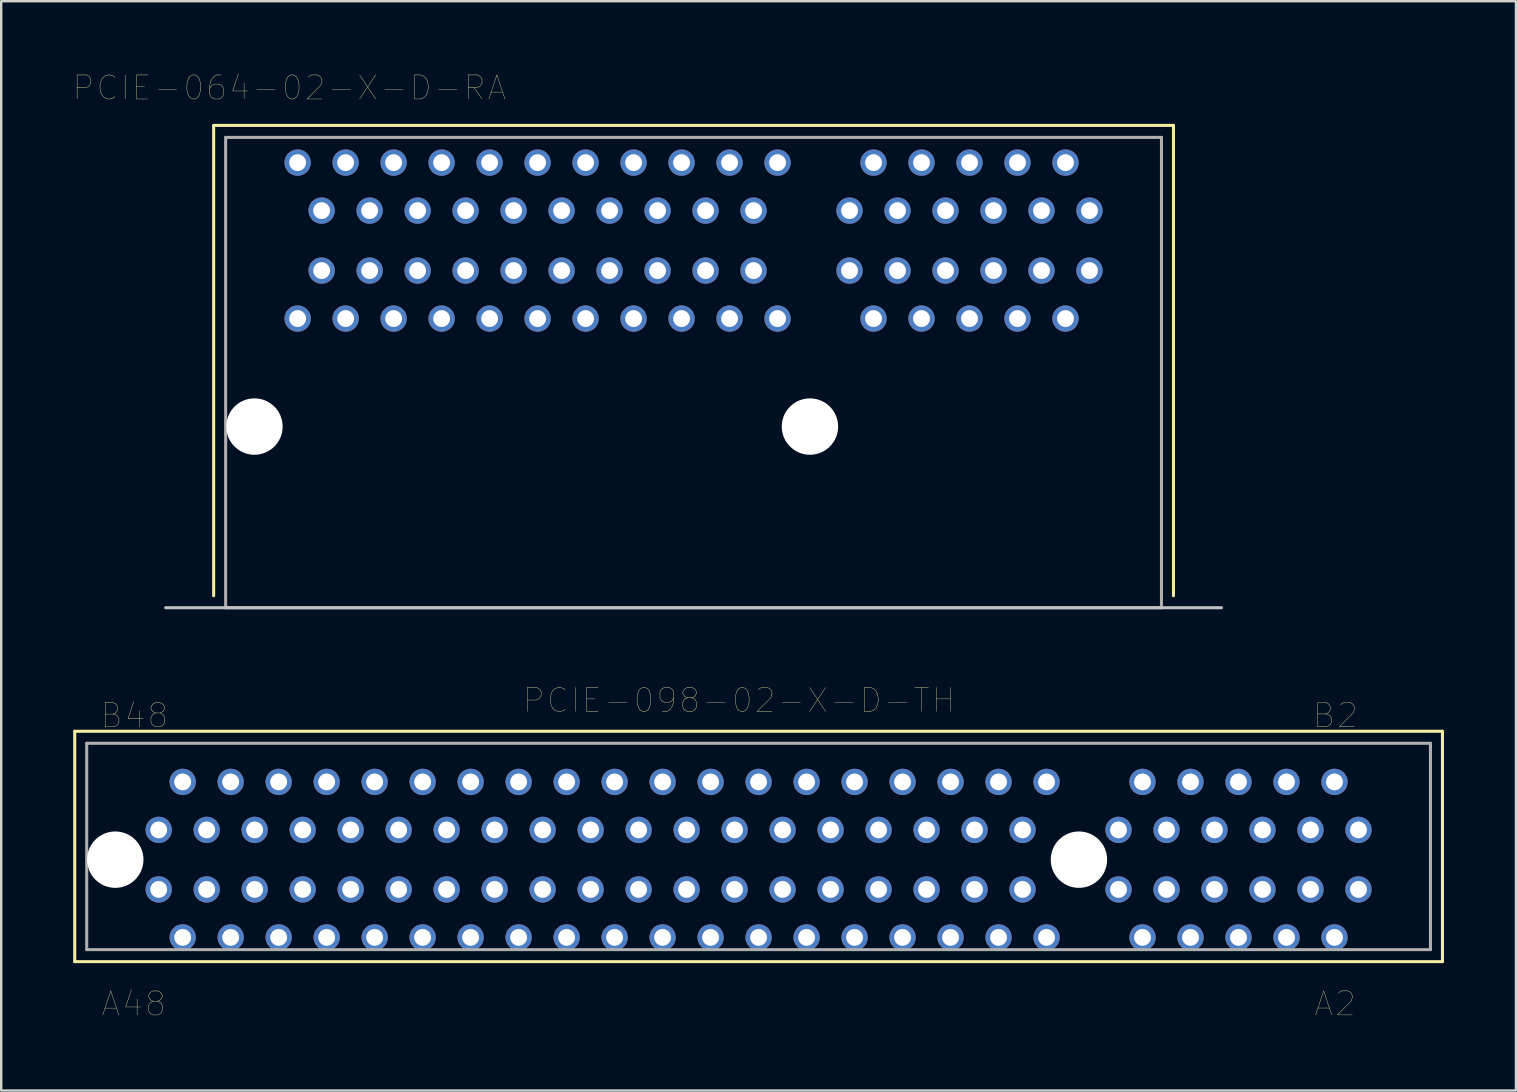
<source format=kicad_pcb>
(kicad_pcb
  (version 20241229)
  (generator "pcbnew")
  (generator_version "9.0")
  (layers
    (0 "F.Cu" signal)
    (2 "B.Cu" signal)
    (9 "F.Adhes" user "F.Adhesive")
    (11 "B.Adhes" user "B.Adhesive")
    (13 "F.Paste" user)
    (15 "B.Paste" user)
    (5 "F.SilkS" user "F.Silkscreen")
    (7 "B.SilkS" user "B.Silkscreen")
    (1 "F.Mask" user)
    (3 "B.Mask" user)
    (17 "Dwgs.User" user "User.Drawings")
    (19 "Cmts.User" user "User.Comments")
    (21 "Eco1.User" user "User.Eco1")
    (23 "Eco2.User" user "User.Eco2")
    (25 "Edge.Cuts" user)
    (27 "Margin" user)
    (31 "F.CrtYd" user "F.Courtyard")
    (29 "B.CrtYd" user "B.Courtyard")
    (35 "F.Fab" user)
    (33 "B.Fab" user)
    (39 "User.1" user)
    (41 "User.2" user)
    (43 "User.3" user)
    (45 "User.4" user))
  (footprint "PCIE-064-02-X-D-RA"
    (layer "F.Cu")
    (at 25.854 22.277)
    (property "Reference" "PCIE-064-02-X-D-RA" (at -16.848 -21.665 0) (layer "F.SilkS") (effects (font (size 1.001 1.001) (thickness 0.015))))
    (attr through_hole)
    (fp_line (start -20 -20.1) (end 20 -20.1) (stroke (width 0.127) (type solid)) (layer "F.SilkS"))
    (fp_line (start -20 -0.5) (end -20 -20.1) (stroke (width 0.127) (type solid)) (layer "F.SilkS"))
    (fp_line (start 20 -20.1) (end 20 -0.5) (stroke (width 0.127) (type solid)) (layer "F.SilkS"))
    (fp_line (start -22 0) (end 22 0) (stroke (width 0.127) (type solid)) (layer "Dwgs.User"))
    (fp_line (start -19.5 -19.6) (end 19.5 -19.6) (stroke (width 0.127) (type solid)) (layer "F.Fab"))
    (fp_line (start -19.5 0) (end -19.5 -19.6) (stroke (width 0.127) (type solid)) (layer "F.Fab"))
    (fp_line (start 19.5 -19.6) (end 19.5 0) (stroke (width 0.127) (type solid)) (layer "F.Fab"))
    (fp_line (start 19.5 0) (end -19.5 0) (stroke (width 0.127) (type solid)) (layer "F.Fab"))
    (pad "" np_thru_hole circle (at -18.3 -7.55) (size 2.35 2.35) (drill 2.35) (layers "*.Cu" "*.Mask"))
    (pad "" np_thru_hole circle (at 4.85 -7.55) (size 2.35 2.35) (drill 2.35) (layers "*.Cu" "*.Mask"))
    (pad "A01" thru_hole circle (at 16.5 -14.05) (size 1.1 1.1) (drill 0.7) (layers "*.Cu" "*.Mask"))
    (pad "A02" thru_hole circle (at 15.5 -12.05) (size 1.1 1.1) (drill 0.7) (layers "*.Cu" "*.Mask"))
    (pad "A03" thru_hole circle (at 14.5 -14.05) (size 1.1 1.1) (drill 0.7) (layers "*.Cu" "*.Mask"))
    (pad "A04" thru_hole circle (at 13.5 -12.05) (size 1.1 1.1) (drill 0.7) (layers "*.Cu" "*.Mask"))
    (pad "A05" thru_hole circle (at 12.5 -14.05) (size 1.1 1.1) (drill 0.7) (layers "*.Cu" "*.Mask"))
    (pad "A06" thru_hole circle (at 11.5 -12.05) (size 1.1 1.1) (drill 0.7) (layers "*.Cu" "*.Mask"))
    (pad "A07" thru_hole circle (at 10.5 -14.05) (size 1.1 1.1) (drill 0.7) (layers "*.Cu" "*.Mask"))
    (pad "A08" thru_hole circle (at 9.5 -12.05) (size 1.1 1.1) (drill 0.7) (layers "*.Cu" "*.Mask"))
    (pad "A09" thru_hole circle (at 8.5 -14.05) (size 1.1 1.1) (drill 0.7) (layers "*.Cu" "*.Mask"))
    (pad "A10" thru_hole circle (at 7.5 -12.05) (size 1.1 1.1) (drill 0.7) (layers "*.Cu" "*.Mask"))
    (pad "A11" thru_hole circle (at 6.5 -14.05) (size 1.1 1.1) (drill 0.7) (layers "*.Cu" "*.Mask"))
    (pad "A12" thru_hole circle (at 3.5 -12.05) (size 1.1 1.1) (drill 0.7) (layers "*.Cu" "*.Mask"))
    (pad "A13" thru_hole circle (at 2.5 -14.05) (size 1.1 1.1) (drill 0.7) (layers "*.Cu" "*.Mask"))
    (pad "A14" thru_hole circle (at 1.5 -12.05) (size 1.1 1.1) (drill 0.7) (layers "*.Cu" "*.Mask"))
    (pad "A15" thru_hole circle (at 0.5 -14.05) (size 1.1 1.1) (drill 0.7) (layers "*.Cu" "*.Mask"))
    (pad "A16" thru_hole circle (at -0.5 -12.05) (size 1.1 1.1) (drill 0.7) (layers "*.Cu" "*.Mask"))
    (pad "A17" thru_hole circle (at -1.5 -14.05) (size 1.1 1.1) (drill 0.7) (layers "*.Cu" "*.Mask"))
    (pad "A18" thru_hole circle (at -2.5 -12.05) (size 1.1 1.1) (drill 0.7) (layers "*.Cu" "*.Mask"))
    (pad "A19" thru_hole circle (at -3.5 -14.05) (size 1.1 1.1) (drill 0.7) (layers "*.Cu" "*.Mask"))
    (pad "A20" thru_hole circle (at -4.5 -12.05) (size 1.1 1.1) (drill 0.7) (layers "*.Cu" "*.Mask"))
    (pad "A21" thru_hole circle (at -5.5 -14.05) (size 1.1 1.1) (drill 0.7) (layers "*.Cu" "*.Mask"))
    (pad "A22" thru_hole circle (at -6.5 -12.05) (size 1.1 1.1) (drill 0.7) (layers "*.Cu" "*.Mask"))
    (pad "A23" thru_hole circle (at -7.5 -14.05) (size 1.1 1.1) (drill 0.7) (layers "*.Cu" "*.Mask"))
    (pad "A24" thru_hole circle (at -8.5 -12.05) (size 1.1 1.1) (drill 0.7) (layers "*.Cu" "*.Mask"))
    (pad "A25" thru_hole circle (at -9.5 -14.05) (size 1.1 1.1) (drill 0.7) (layers "*.Cu" "*.Mask"))
    (pad "A26" thru_hole circle (at -10.5 -12.05) (size 1.1 1.1) (drill 0.7) (layers "*.Cu" "*.Mask"))
    (pad "A27" thru_hole circle (at -11.5 -14.05) (size 1.1 1.1) (drill 0.7) (layers "*.Cu" "*.Mask"))
    (pad "A28" thru_hole circle (at -12.5 -12.05) (size 1.1 1.1) (drill 0.7) (layers "*.Cu" "*.Mask"))
    (pad "A29" thru_hole circle (at -13.5 -14.05) (size 1.1 1.1) (drill 0.7) (layers "*.Cu" "*.Mask"))
    (pad "A30" thru_hole circle (at -14.5 -12.05) (size 1.1 1.1) (drill 0.7) (layers "*.Cu" "*.Mask"))
    (pad "A31" thru_hole circle (at -15.5 -14.05) (size 1.1 1.1) (drill 0.7) (layers "*.Cu" "*.Mask"))
    (pad "A32" thru_hole circle (at -16.5 -12.05) (size 1.1 1.1) (drill 0.7) (layers "*.Cu" "*.Mask"))
    (pad "B01" thru_hole circle (at 16.5 -16.55) (size 1.1 1.1) (drill 0.7) (layers "*.Cu" "*.Mask"))
    (pad "B02" thru_hole circle (at 15.5 -18.55) (size 1.1 1.1) (drill 0.7) (layers "*.Cu" "*.Mask"))
    (pad "B03" thru_hole circle (at 14.5 -16.55) (size 1.1 1.1) (drill 0.7) (layers "*.Cu" "*.Mask"))
    (pad "B04" thru_hole circle (at 13.5 -18.55) (size 1.1 1.1) (drill 0.7) (layers "*.Cu" "*.Mask"))
    (pad "B05" thru_hole circle (at 12.5 -16.55) (size 1.1 1.1) (drill 0.7) (layers "*.Cu" "*.Mask"))
    (pad "B06" thru_hole circle (at 11.5 -18.55) (size 1.1 1.1) (drill 0.7) (layers "*.Cu" "*.Mask"))
    (pad "B07" thru_hole circle (at 10.5 -16.55) (size 1.1 1.1) (drill 0.7) (layers "*.Cu" "*.Mask"))
    (pad "B08" thru_hole circle (at 9.5 -18.55) (size 1.1 1.1) (drill 0.7) (layers "*.Cu" "*.Mask"))
    (pad "B09" thru_hole circle (at 8.5 -16.55) (size 1.1 1.1) (drill 0.7) (layers "*.Cu" "*.Mask"))
    (pad "B10" thru_hole circle (at 7.5 -18.55) (size 1.1 1.1) (drill 0.7) (layers "*.Cu" "*.Mask"))
    (pad "B11" thru_hole circle (at 6.5 -16.55) (size 1.1 1.1) (drill 0.7) (layers "*.Cu" "*.Mask"))
    (pad "B12" thru_hole circle (at 3.5 -18.55) (size 1.1 1.1) (drill 0.7) (layers "*.Cu" "*.Mask"))
    (pad "B13" thru_hole circle (at 2.5 -16.55) (size 1.1 1.1) (drill 0.7) (layers "*.Cu" "*.Mask"))
    (pad "B14" thru_hole circle (at 1.5 -18.55) (size 1.1 1.1) (drill 0.7) (layers "*.Cu" "*.Mask"))
    (pad "B15" thru_hole circle (at 0.5 -16.55) (size 1.1 1.1) (drill 0.7) (layers "*.Cu" "*.Mask"))
    (pad "B16" thru_hole circle (at -0.5 -18.55) (size 1.1 1.1) (drill 0.7) (layers "*.Cu" "*.Mask"))
    (pad "B17" thru_hole circle (at -1.5 -16.55) (size 1.1 1.1) (drill 0.7) (layers "*.Cu" "*.Mask"))
    (pad "B18" thru_hole circle (at -2.5 -18.55) (size 1.1 1.1) (drill 0.7) (layers "*.Cu" "*.Mask"))
    (pad "B19" thru_hole circle (at -3.5 -16.55) (size 1.1 1.1) (drill 0.7) (layers "*.Cu" "*.Mask"))
    (pad "B20" thru_hole circle (at -4.5 -18.55) (size 1.1 1.1) (drill 0.7) (layers "*.Cu" "*.Mask"))
    (pad "B21" thru_hole circle (at -5.5 -16.55) (size 1.1 1.1) (drill 0.7) (layers "*.Cu" "*.Mask"))
    (pad "B22" thru_hole circle (at -6.5 -18.55) (size 1.1 1.1) (drill 0.7) (layers "*.Cu" "*.Mask"))
    (pad "B23" thru_hole circle (at -7.5 -16.55) (size 1.1 1.1) (drill 0.7) (layers "*.Cu" "*.Mask"))
    (pad "B24" thru_hole circle (at -8.5 -18.55) (size 1.1 1.1) (drill 0.7) (layers "*.Cu" "*.Mask"))
    (pad "B25" thru_hole circle (at -9.5 -16.55) (size 1.1 1.1) (drill 0.7) (layers "*.Cu" "*.Mask"))
    (pad "B26" thru_hole circle (at -10.5 -18.55) (size 1.1 1.1) (drill 0.7) (layers "*.Cu" "*.Mask"))
    (pad "B27" thru_hole circle (at -11.5 -16.55) (size 1.1 1.1) (drill 0.7) (layers "*.Cu" "*.Mask"))
    (pad "B28" thru_hole circle (at -12.5 -18.55) (size 1.1 1.1) (drill 0.7) (layers "*.Cu" "*.Mask"))
    (pad "B29" thru_hole circle (at -13.5 -16.55) (size 1.1 1.1) (drill 0.7) (layers "*.Cu" "*.Mask"))
    (pad "B30" thru_hole circle (at -14.5 -18.55) (size 1.1 1.1) (drill 0.7) (layers "*.Cu" "*.Mask"))
    (pad "B31" thru_hole circle (at -15.5 -16.55) (size 1.1 1.1) (drill 0.7) (layers "*.Cu" "*.Mask"))
    (pad "B32" thru_hole circle (at -16.5 -18.55) (size 1.1 1.1) (drill 0.7) (layers "*.Cu" "*.Mask")))
  (footprint "PCIE-098-02-X-D-TH"
    (layer "F.Cu")
    (at 28.564 32.776)
    (property "Reference" "PCIE-098-02-X-D-TH" (at -0.825 -6.638 0) (layer "F.SilkS") (effects (font (size 1 1) (thickness 0.015))))
    (attr through_hole)
    (fp_line (start -28.5 -5.35) (end 28.5 -5.35) (stroke (width 0.127) (type solid)) (layer "F.SilkS"))
    (fp_line (start -28.5 4.25) (end -28.5 -5.35) (stroke (width 0.127) (type solid)) (layer "F.SilkS"))
    (fp_line (start 28.5 -5.35) (end 28.5 4.25) (stroke (width 0.127) (type solid)) (layer "F.SilkS"))
    (fp_line (start 28.5 4.25) (end -28.5 4.25) (stroke (width 0.127) (type solid)) (layer "F.SilkS"))
    (fp_line (start -28 -4.85) (end 28 -4.85) (stroke (width 0.127) (type solid)) (layer "F.Fab"))
    (fp_line (start -28 3.75) (end -28 -4.85) (stroke (width 0.127) (type solid)) (layer "F.Fab"))
    (fp_line (start 28 -4.85) (end 28 3.75) (stroke (width 0.127) (type solid)) (layer "F.Fab"))
    (fp_line (start 28 3.75) (end -28 3.75) (stroke (width 0.127) (type solid)) (layer "F.Fab"))
    (fp_text user "A48" (at -26.043 6.01 0) (layer "F.SilkS") (effects (font (size 1.002 1.002) (thickness 0.015))))
    (fp_text user "B48" (at -26.015 -6.004 0) (layer "F.SilkS") (effects (font (size 1.001 1.001) (thickness 0.015))))
    (fp_text user "A2" (at 24.026 6.007 0) (layer "F.SilkS") (effects (font (size 1.001 1.001) (thickness 0.015))))
    (fp_text user "B2" (at 24.044 -6.011 0) (layer "F.SilkS") (effects (font (size 1.002 1.002) (thickness 0.015))))
    (pad "" np_thru_hole circle (at -26.81 0) (size 2.35 2.35) (drill 2.35) (layers "*.Cu" "*.Mask"))
    (pad "" np_thru_hole circle (at 13.35 0) (size 2.35 2.35) (drill 2.35) (layers "*.Cu" "*.Mask"))
    (pad "A1" thru_hole circle (at 25 1.24) (size 1.1 1.1) (drill 0.7) (layers "*.Cu" "*.Mask"))
    (pad "A2" thru_hole circle (at 24 3.24) (size 1.1 1.1) (drill 0.7) (layers "*.Cu" "*.Mask"))
    (pad "A3" thru_hole circle (at 23 1.24) (size 1.1 1.1) (drill 0.7) (layers "*.Cu" "*.Mask"))
    (pad "A4" thru_hole circle (at 22 3.24) (size 1.1 1.1) (drill 0.7) (layers "*.Cu" "*.Mask"))
    (pad "A5" thru_hole circle (at 21 1.24) (size 1.1 1.1) (drill 0.7) (layers "*.Cu" "*.Mask"))
    (pad "A6" thru_hole circle (at 20 3.24) (size 1.1 1.1) (drill 0.7) (layers "*.Cu" "*.Mask"))
    (pad "A7" thru_hole circle (at 19 1.24) (size 1.1 1.1) (drill 0.7) (layers "*.Cu" "*.Mask"))
    (pad "A8" thru_hole circle (at 18 3.24) (size 1.1 1.1) (drill 0.7) (layers "*.Cu" "*.Mask"))
    (pad "A9" thru_hole circle (at 17 1.24) (size 1.1 1.1) (drill 0.7) (layers "*.Cu" "*.Mask"))
    (pad "A10" thru_hole circle (at 16 3.24) (size 1.1 1.1) (drill 0.7) (layers "*.Cu" "*.Mask"))
    (pad "A11" thru_hole circle (at 15 1.24) (size 1.1 1.1) (drill 0.7) (layers "*.Cu" "*.Mask"))
    (pad "A12" thru_hole circle (at 12 3.24) (size 1.1 1.1) (drill 0.7) (layers "*.Cu" "*.Mask"))
    (pad "A13" thru_hole circle (at 11 1.24) (size 1.1 1.1) (drill 0.7) (layers "*.Cu" "*.Mask"))
    (pad "A14" thru_hole circle (at 10 3.24) (size 1.1 1.1) (drill 0.7) (layers "*.Cu" "*.Mask"))
    (pad "A15" thru_hole circle (at 9 1.24) (size 1.1 1.1) (drill 0.7) (layers "*.Cu" "*.Mask"))
    (pad "A16" thru_hole circle (at 8 3.24) (size 1.1 1.1) (drill 0.7) (layers "*.Cu" "*.Mask"))
    (pad "A17" thru_hole circle (at 7 1.24) (size 1.1 1.1) (drill 0.7) (layers "*.Cu" "*.Mask"))
    (pad "A18" thru_hole circle (at 6 3.24) (size 1.1 1.1) (drill 0.7) (layers "*.Cu" "*.Mask"))
    (pad "A19" thru_hole circle (at 5 1.24) (size 1.1 1.1) (drill 0.7) (layers "*.Cu" "*.Mask"))
    (pad "A20" thru_hole circle (at 4 3.24) (size 1.1 1.1) (drill 0.7) (layers "*.Cu" "*.Mask"))
    (pad "A21" thru_hole circle (at 3 1.24) (size 1.1 1.1) (drill 0.7) (layers "*.Cu" "*.Mask"))
    (pad "A22" thru_hole circle (at 2 3.24) (size 1.1 1.1) (drill 0.7) (layers "*.Cu" "*.Mask"))
    (pad "A23" thru_hole circle (at 1 1.24) (size 1.1 1.1) (drill 0.7) (layers "*.Cu" "*.Mask"))
    (pad "A24" thru_hole circle (at 0 3.24) (size 1.1 1.1) (drill 0.7) (layers "*.Cu" "*.Mask"))
    (pad "A25" thru_hole circle (at -1 1.24) (size 1.1 1.1) (drill 0.7) (layers "*.Cu" "*.Mask"))
    (pad "A26" thru_hole circle (at -2 3.24) (size 1.1 1.1) (drill 0.7) (layers "*.Cu" "*.Mask"))
    (pad "A27" thru_hole circle (at -3 1.24) (size 1.1 1.1) (drill 0.7) (layers "*.Cu" "*.Mask"))
    (pad "A28" thru_hole circle (at -4 3.24) (size 1.1 1.1) (drill 0.7) (layers "*.Cu" "*.Mask"))
    (pad "A29" thru_hole circle (at -5 1.24) (size 1.1 1.1) (drill 0.7) (layers "*.Cu" "*.Mask"))
    (pad "A30" thru_hole circle (at -6 3.24) (size 1.1 1.1) (drill 0.7) (layers "*.Cu" "*.Mask"))
    (pad "A31" thru_hole circle (at -7 1.24) (size 1.1 1.1) (drill 0.7) (layers "*.Cu" "*.Mask"))
    (pad "A32" thru_hole circle (at -8 3.24) (size 1.1 1.1) (drill 0.7) (layers "*.Cu" "*.Mask"))
    (pad "A33" thru_hole circle (at -9 1.24) (size 1.1 1.1) (drill 0.7) (layers "*.Cu" "*.Mask"))
    (pad "A34" thru_hole circle (at -10 3.24) (size 1.1 1.1) (drill 0.7) (layers "*.Cu" "*.Mask"))
    (pad "A35" thru_hole circle (at -11 1.24) (size 1.1 1.1) (drill 0.7) (layers "*.Cu" "*.Mask"))
    (pad "A36" thru_hole circle (at -12 3.24) (size 1.1 1.1) (drill 0.7) (layers "*.Cu" "*.Mask"))
    (pad "A37" thru_hole circle (at -13 1.24) (size 1.1 1.1) (drill 0.7) (layers "*.Cu" "*.Mask"))
    (pad "A38" thru_hole circle (at -14 3.24) (size 1.1 1.1) (drill 0.7) (layers "*.Cu" "*.Mask"))
    (pad "A39" thru_hole circle (at -15 1.24) (size 1.1 1.1) (drill 0.7) (layers "*.Cu" "*.Mask"))
    (pad "A40" thru_hole circle (at -16 3.24) (size 1.1 1.1) (drill 0.7) (layers "*.Cu" "*.Mask"))
    (pad "A41" thru_hole circle (at -17 1.24) (size 1.1 1.1) (drill 0.7) (layers "*.Cu" "*.Mask"))
    (pad "A42" thru_hole circle (at -18 3.24) (size 1.1 1.1) (drill 0.7) (layers "*.Cu" "*.Mask"))
    (pad "A43" thru_hole circle (at -19 1.24) (size 1.1 1.1) (drill 0.7) (layers "*.Cu" "*.Mask"))
    (pad "A44" thru_hole circle (at -20 3.24) (size 1.1 1.1) (drill 0.7) (layers "*.Cu" "*.Mask"))
    (pad "A45" thru_hole circle (at -21 1.24) (size 1.1 1.1) (drill 0.7) (layers "*.Cu" "*.Mask"))
    (pad "A46" thru_hole circle (at -22 3.24) (size 1.1 1.1) (drill 0.7) (layers "*.Cu" "*.Mask"))
    (pad "A47" thru_hole circle (at -23 1.24) (size 1.1 1.1) (drill 0.7) (layers "*.Cu" "*.Mask"))
    (pad "A48" thru_hole circle (at -24 3.24) (size 1.1 1.1) (drill 0.7) (layers "*.Cu" "*.Mask"))
    (pad "A49" thru_hole circle (at -25 1.24) (size 1.1 1.1) (drill 0.7) (layers "*.Cu" "*.Mask"))
    (pad "B1" thru_hole circle (at 25 -1.24) (size 1.1 1.1) (drill 0.7) (layers "*.Cu" "*.Mask"))
    (pad "B2" thru_hole circle (at 24 -3.24) (size 1.1 1.1) (drill 0.7) (layers "*.Cu" "*.Mask"))
    (pad "B3" thru_hole circle (at 23 -1.24) (size 1.1 1.1) (drill 0.7) (layers "*.Cu" "*.Mask"))
    (pad "B4" thru_hole circle (at 22 -3.24) (size 1.1 1.1) (drill 0.7) (layers "*.Cu" "*.Mask"))
    (pad "B5" thru_hole circle (at 21 -1.24) (size 1.1 1.1) (drill 0.7) (layers "*.Cu" "*.Mask"))
    (pad "B6" thru_hole circle (at 20 -3.24) (size 1.1 1.1) (drill 0.7) (layers "*.Cu" "*.Mask"))
    (pad "B7" thru_hole circle (at 19 -1.24) (size 1.1 1.1) (drill 0.7) (layers "*.Cu" "*.Mask"))
    (pad "B8" thru_hole circle (at 18 -3.24) (size 1.1 1.1) (drill 0.7) (layers "*.Cu" "*.Mask"))
    (pad "B9" thru_hole circle (at 17 -1.24) (size 1.1 1.1) (drill 0.7) (layers "*.Cu" "*.Mask"))
    (pad "B10" thru_hole circle (at 16 -3.24) (size 1.1 1.1) (drill 0.7) (layers "*.Cu" "*.Mask"))
    (pad "B11" thru_hole circle (at 15 -1.24) (size 1.1 1.1) (drill 0.7) (layers "*.Cu" "*.Mask"))
    (pad "B12" thru_hole circle (at 12 -3.24) (size 1.1 1.1) (drill 0.7) (layers "*.Cu" "*.Mask"))
    (pad "B13" thru_hole circle (at 11 -1.24) (size 1.1 1.1) (drill 0.7) (layers "*.Cu" "*.Mask"))
    (pad "B14" thru_hole circle (at 10 -3.24) (size 1.1 1.1) (drill 0.7) (layers "*.Cu" "*.Mask"))
    (pad "B15" thru_hole circle (at 9 -1.24) (size 1.1 1.1) (drill 0.7) (layers "*.Cu" "*.Mask"))
    (pad "B16" thru_hole circle (at 8 -3.24) (size 1.1 1.1) (drill 0.7) (layers "*.Cu" "*.Mask"))
    (pad "B17" thru_hole circle (at 7 -1.24) (size 1.1 1.1) (drill 0.7) (layers "*.Cu" "*.Mask"))
    (pad "B18" thru_hole circle (at 6 -3.24) (size 1.1 1.1) (drill 0.7) (layers "*.Cu" "*.Mask"))
    (pad "B19" thru_hole circle (at 5 -1.24) (size 1.1 1.1) (drill 0.7) (layers "*.Cu" "*.Mask"))
    (pad "B20" thru_hole circle (at 4 -3.24) (size 1.1 1.1) (drill 0.7) (layers "*.Cu" "*.Mask"))
    (pad "B21" thru_hole circle (at 3 -1.24) (size 1.1 1.1) (drill 0.7) (layers "*.Cu" "*.Mask"))
    (pad "B22" thru_hole circle (at 2 -3.24) (size 1.1 1.1) (drill 0.7) (layers "*.Cu" "*.Mask"))
    (pad "B23" thru_hole circle (at 1 -1.24) (size 1.1 1.1) (drill 0.7) (layers "*.Cu" "*.Mask"))
    (pad "B24" thru_hole circle (at 0 -3.24) (size 1.1 1.1) (drill 0.7) (layers "*.Cu" "*.Mask"))
    (pad "B25" thru_hole circle (at -1 -1.24) (size 1.1 1.1) (drill 0.7) (layers "*.Cu" "*.Mask"))
    (pad "B26" thru_hole circle (at -2 -3.24) (size 1.1 1.1) (drill 0.7) (layers "*.Cu" "*.Mask"))
    (pad "B27" thru_hole circle (at -3 -1.24) (size 1.1 1.1) (drill 0.7) (layers "*.Cu" "*.Mask"))
    (pad "B28" thru_hole circle (at -4 -3.24) (size 1.1 1.1) (drill 0.7) (layers "*.Cu" "*.Mask"))
    (pad "B29" thru_hole circle (at -5 -1.24) (size 1.1 1.1) (drill 0.7) (layers "*.Cu" "*.Mask"))
    (pad "B30" thru_hole circle (at -6 -3.24) (size 1.1 1.1) (drill 0.7) (layers "*.Cu" "*.Mask"))
    (pad "B31" thru_hole circle (at -7 -1.24) (size 1.1 1.1) (drill 0.7) (layers "*.Cu" "*.Mask"))
    (pad "B32" thru_hole circle (at -8 -3.24) (size 1.1 1.1) (drill 0.7) (layers "*.Cu" "*.Mask"))
    (pad "B33" thru_hole circle (at -9 -1.24) (size 1.1 1.1) (drill 0.7) (layers "*.Cu" "*.Mask"))
    (pad "B34" thru_hole circle (at -10 -3.24) (size 1.1 1.1) (drill 0.7) (layers "*.Cu" "*.Mask"))
    (pad "B35" thru_hole circle (at -11 -1.24) (size 1.1 1.1) (drill 0.7) (layers "*.Cu" "*.Mask"))
    (pad "B36" thru_hole circle (at -12 -3.24) (size 1.1 1.1) (drill 0.7) (layers "*.Cu" "*.Mask"))
    (pad "B37" thru_hole circle (at -13 -1.24) (size 1.1 1.1) (drill 0.7) (layers "*.Cu" "*.Mask"))
    (pad "B38" thru_hole circle (at -14 -3.24) (size 1.1 1.1) (drill 0.7) (layers "*.Cu" "*.Mask"))
    (pad "B39" thru_hole circle (at -15 -1.24) (size 1.1 1.1) (drill 0.7) (layers "*.Cu" "*.Mask"))
    (pad "B40" thru_hole circle (at -16 -3.24) (size 1.1 1.1) (drill 0.7) (layers "*.Cu" "*.Mask"))
    (pad "B41" thru_hole circle (at -17 -1.24) (size 1.1 1.1) (drill 0.7) (layers "*.Cu" "*.Mask"))
    (pad "B42" thru_hole circle (at -18 -3.24) (size 1.1 1.1) (drill 0.7) (layers "*.Cu" "*.Mask"))
    (pad "B43" thru_hole circle (at -19 -1.24) (size 1.1 1.1) (drill 0.7) (layers "*.Cu" "*.Mask"))
    (pad "B44" thru_hole circle (at -20 -3.24) (size 1.1 1.1) (drill 0.7) (layers "*.Cu" "*.Mask"))
    (pad "B45" thru_hole circle (at -21 -1.24) (size 1.1 1.1) (drill 0.7) (layers "*.Cu" "*.Mask"))
    (pad "B46" thru_hole circle (at -22 -3.24) (size 1.1 1.1) (drill 0.7) (layers "*.Cu" "*.Mask"))
    (pad "B47" thru_hole circle (at -23 -1.24) (size 1.1 1.1) (drill 0.7) (layers "*.Cu" "*.Mask"))
    (pad "B48" thru_hole circle (at -24 -3.24) (size 1.1 1.1) (drill 0.7) (layers "*.Cu" "*.Mask"))
    (pad "B49" thru_hole circle (at -25 -1.24) (size 1.1 1.1) (drill 0.7) (layers "*.Cu" "*.Mask")))
  (gr_rect
    (start -3 -3)
    (end 60.127 42.399)
    (stroke (width 0.1) (type default))
    (fill no)
    (layer "Edge.Cuts")))
</source>
